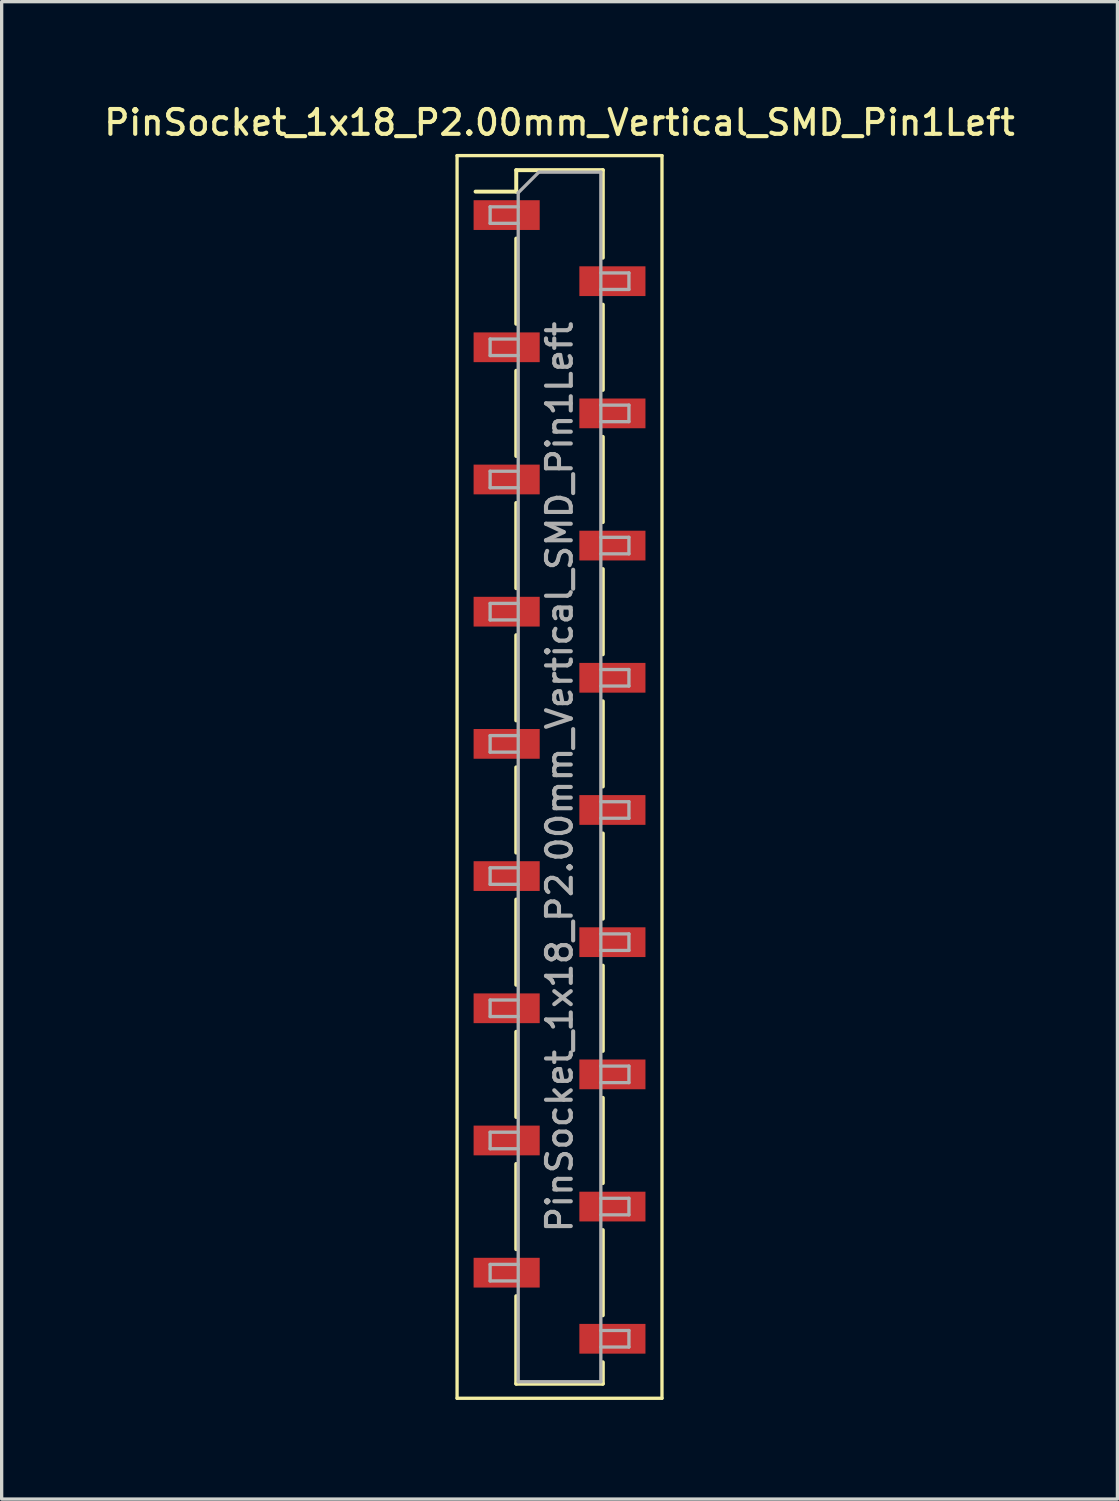
<source format=kicad_pcb>
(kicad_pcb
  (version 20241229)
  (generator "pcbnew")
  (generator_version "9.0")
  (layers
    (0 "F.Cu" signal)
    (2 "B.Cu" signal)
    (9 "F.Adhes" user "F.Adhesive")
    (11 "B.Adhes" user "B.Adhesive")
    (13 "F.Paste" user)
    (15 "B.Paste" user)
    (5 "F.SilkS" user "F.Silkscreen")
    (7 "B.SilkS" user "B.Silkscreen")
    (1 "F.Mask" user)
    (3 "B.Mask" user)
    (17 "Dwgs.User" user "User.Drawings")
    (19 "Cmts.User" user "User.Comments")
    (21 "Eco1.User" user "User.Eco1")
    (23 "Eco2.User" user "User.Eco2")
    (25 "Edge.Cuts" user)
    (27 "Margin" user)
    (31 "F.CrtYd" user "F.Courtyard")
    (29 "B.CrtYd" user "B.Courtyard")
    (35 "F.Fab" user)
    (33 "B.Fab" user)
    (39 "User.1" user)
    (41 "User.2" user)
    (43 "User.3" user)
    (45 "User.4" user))
  (footprint "PinSocket_1x18_P2.00mm_Vertical_SMD_Pin1Left"
    (layer "F.Cu")
    (at 13.88 20.458)
    (property "Reference" "PinSocket_1x18_P2.00mm_Vertical_SMD_Pin1Left" (at 0 -19.8 0) (layer "F.SilkS") (effects (font (size 0.75 0.75) (thickness 0.125))))
    (attr smd)
    (fp_line (start -3.1 -18.8) (end 3.1 -18.8) (stroke (width 0.1) (type solid)) (layer "F.SilkS"))
    (fp_line (start -3.1 18.8) (end -3.1 -18.8) (stroke (width 0.1) (type solid)) (layer "F.SilkS"))
    (fp_line (start -2.54 -17.71) (end -1.31 -17.71) (stroke (width 0.12) (type solid)) (layer "F.SilkS"))
    (fp_line (start -1.31 -18.36) (end -1.31 -17.71) (stroke (width 0.12) (type solid)) (layer "F.SilkS"))
    (fp_line (start -1.31 -18.36) (end 1.31 -18.36) (stroke (width 0.12) (type solid)) (layer "F.SilkS"))
    (fp_line (start -1.31 -16.29) (end -1.31 -13.71) (stroke (width 0.12) (type solid)) (layer "F.SilkS"))
    (fp_line (start -1.31 -12.29) (end -1.31 -9.71) (stroke (width 0.12) (type solid)) (layer "F.SilkS"))
    (fp_line (start -1.31 -8.29) (end -1.31 -5.71) (stroke (width 0.12) (type solid)) (layer "F.SilkS"))
    (fp_line (start -1.31 -4.29) (end -1.31 -1.71) (stroke (width 0.12) (type solid)) (layer "F.SilkS"))
    (fp_line (start -1.31 -0.29) (end -1.31 2.29) (stroke (width 0.12) (type solid)) (layer "F.SilkS"))
    (fp_line (start -1.31 3.71) (end -1.31 6.29) (stroke (width 0.12) (type solid)) (layer "F.SilkS"))
    (fp_line (start -1.31 7.71) (end -1.31 10.29) (stroke (width 0.12) (type solid)) (layer "F.SilkS"))
    (fp_line (start -1.31 11.71) (end -1.31 14.29) (stroke (width 0.12) (type solid)) (layer "F.SilkS"))
    (fp_line (start -1.31 15.71) (end -1.31 18.36) (stroke (width 0.12) (type solid)) (layer "F.SilkS"))
    (fp_line (start -1.31 18.36) (end 1.31 18.36) (stroke (width 0.12) (type solid)) (layer "F.SilkS"))
    (fp_line (start 1.31 -18.36) (end 1.31 -15.71) (stroke (width 0.12) (type solid)) (layer "F.SilkS"))
    (fp_line (start 1.31 -14.29) (end 1.31 -11.71) (stroke (width 0.12) (type solid)) (layer "F.SilkS"))
    (fp_line (start 1.31 -10.29) (end 1.31 -7.71) (stroke (width 0.12) (type solid)) (layer "F.SilkS"))
    (fp_line (start 1.31 -6.29) (end 1.31 -3.71) (stroke (width 0.12) (type solid)) (layer "F.SilkS"))
    (fp_line (start 1.31 -2.29) (end 1.31 0.29) (stroke (width 0.12) (type solid)) (layer "F.SilkS"))
    (fp_line (start 1.31 1.71) (end 1.31 4.29) (stroke (width 0.12) (type solid)) (layer "F.SilkS"))
    (fp_line (start 1.31 5.71) (end 1.31 8.29) (stroke (width 0.12) (type solid)) (layer "F.SilkS"))
    (fp_line (start 1.31 9.71) (end 1.31 12.29) (stroke (width 0.12) (type solid)) (layer "F.SilkS"))
    (fp_line (start 1.31 13.71) (end 1.31 16.29) (stroke (width 0.12) (type solid)) (layer "F.SilkS"))
    (fp_line (start 1.31 17.71) (end 1.31 18.36) (stroke (width 0.12) (type solid)) (layer "F.SilkS"))
    (fp_line (start 3.1 -18.8) (end 3.1 18.8) (stroke (width 0.1) (type solid)) (layer "F.SilkS"))
    (fp_line (start 3.1 18.8) (end -3.1 18.8) (stroke (width 0.1) (type solid)) (layer "F.SilkS"))
    (fp_line (start -2.1 -17.25) (end -1.25 -17.25) (stroke (width 0.1) (type solid)) (layer "F.Fab"))
    (fp_line (start -2.1 -16.75) (end -2.1 -17.25) (stroke (width 0.1) (type solid)) (layer "F.Fab"))
    (fp_line (start -2.1 -13.25) (end -1.25 -13.25) (stroke (width 0.1) (type solid)) (layer "F.Fab"))
    (fp_line (start -2.1 -12.75) (end -2.1 -13.25) (stroke (width 0.1) (type solid)) (layer "F.Fab"))
    (fp_line (start -2.1 -9.25) (end -1.25 -9.25) (stroke (width 0.1) (type solid)) (layer "F.Fab"))
    (fp_line (start -2.1 -8.75) (end -2.1 -9.25) (stroke (width 0.1) (type solid)) (layer "F.Fab"))
    (fp_line (start -2.1 -5.25) (end -1.25 -5.25) (stroke (width 0.1) (type solid)) (layer "F.Fab"))
    (fp_line (start -2.1 -4.75) (end -2.1 -5.25) (stroke (width 0.1) (type solid)) (layer "F.Fab"))
    (fp_line (start -2.1 -1.25) (end -1.25 -1.25) (stroke (width 0.1) (type solid)) (layer "F.Fab"))
    (fp_line (start -2.1 -0.75) (end -2.1 -1.25) (stroke (width 0.1) (type solid)) (layer "F.Fab"))
    (fp_line (start -2.1 2.75) (end -1.25 2.75) (stroke (width 0.1) (type solid)) (layer "F.Fab"))
    (fp_line (start -2.1 3.25) (end -2.1 2.75) (stroke (width 0.1) (type solid)) (layer "F.Fab"))
    (fp_line (start -2.1 6.75) (end -1.25 6.75) (stroke (width 0.1) (type solid)) (layer "F.Fab"))
    (fp_line (start -2.1 7.25) (end -2.1 6.75) (stroke (width 0.1) (type solid)) (layer "F.Fab"))
    (fp_line (start -2.1 10.75) (end -1.25 10.75) (stroke (width 0.1) (type solid)) (layer "F.Fab"))
    (fp_line (start -2.1 11.25) (end -2.1 10.75) (stroke (width 0.1) (type solid)) (layer "F.Fab"))
    (fp_line (start -2.1 14.75) (end -1.25 14.75) (stroke (width 0.1) (type solid)) (layer "F.Fab"))
    (fp_line (start -2.1 15.25) (end -2.1 14.75) (stroke (width 0.1) (type solid)) (layer "F.Fab"))
    (fp_line (start -1.25 -17.675) (end -0.625 -18.3) (stroke (width 0.1) (type solid)) (layer "F.Fab"))
    (fp_line (start -1.25 -16.75) (end -2.1 -16.75) (stroke (width 0.1) (type solid)) (layer "F.Fab"))
    (fp_line (start -1.25 -12.75) (end -2.1 -12.75) (stroke (width 0.1) (type solid)) (layer "F.Fab"))
    (fp_line (start -1.25 -8.75) (end -2.1 -8.75) (stroke (width 0.1) (type solid)) (layer "F.Fab"))
    (fp_line (start -1.25 -4.75) (end -2.1 -4.75) (stroke (width 0.1) (type solid)) (layer "F.Fab"))
    (fp_line (start -1.25 -0.75) (end -2.1 -0.75) (stroke (width 0.1) (type solid)) (layer "F.Fab"))
    (fp_line (start -1.25 3.25) (end -2.1 3.25) (stroke (width 0.1) (type solid)) (layer "F.Fab"))
    (fp_line (start -1.25 7.25) (end -2.1 7.25) (stroke (width 0.1) (type solid)) (layer "F.Fab"))
    (fp_line (start -1.25 11.25) (end -2.1 11.25) (stroke (width 0.1) (type solid)) (layer "F.Fab"))
    (fp_line (start -1.25 15.25) (end -2.1 15.25) (stroke (width 0.1) (type solid)) (layer "F.Fab"))
    (fp_line (start -1.25 18.3) (end -1.25 -17.675) (stroke (width 0.1) (type solid)) (layer "F.Fab"))
    (fp_line (start -0.625 -18.3) (end 1.25 -18.3) (stroke (width 0.1) (type solid)) (layer "F.Fab"))
    (fp_line (start 1.25 -18.3) (end 1.25 18.3) (stroke (width 0.1) (type solid)) (layer "F.Fab"))
    (fp_line (start 1.25 -15.25) (end 2.1 -15.25) (stroke (width 0.1) (type solid)) (layer "F.Fab"))
    (fp_line (start 1.25 -11.25) (end 2.1 -11.25) (stroke (width 0.1) (type solid)) (layer "F.Fab"))
    (fp_line (start 1.25 -7.25) (end 2.1 -7.25) (stroke (width 0.1) (type solid)) (layer "F.Fab"))
    (fp_line (start 1.25 -3.25) (end 2.1 -3.25) (stroke (width 0.1) (type solid)) (layer "F.Fab"))
    (fp_line (start 1.25 0.75) (end 2.1 0.75) (stroke (width 0.1) (type solid)) (layer "F.Fab"))
    (fp_line (start 1.25 4.75) (end 2.1 4.75) (stroke (width 0.1) (type solid)) (layer "F.Fab"))
    (fp_line (start 1.25 8.75) (end 2.1 8.75) (stroke (width 0.1) (type solid)) (layer "F.Fab"))
    (fp_line (start 1.25 12.75) (end 2.1 12.75) (stroke (width 0.1) (type solid)) (layer "F.Fab"))
    (fp_line (start 1.25 16.75) (end 2.1 16.75) (stroke (width 0.1) (type solid)) (layer "F.Fab"))
    (fp_line (start 1.25 18.3) (end -1.25 18.3) (stroke (width 0.1) (type solid)) (layer "F.Fab"))
    (fp_line (start 2.1 -15.25) (end 2.1 -14.75) (stroke (width 0.1) (type solid)) (layer "F.Fab"))
    (fp_line (start 2.1 -14.75) (end 1.25 -14.75) (stroke (width 0.1) (type solid)) (layer "F.Fab"))
    (fp_line (start 2.1 -11.25) (end 2.1 -10.75) (stroke (width 0.1) (type solid)) (layer "F.Fab"))
    (fp_line (start 2.1 -10.75) (end 1.25 -10.75) (stroke (width 0.1) (type solid)) (layer "F.Fab"))
    (fp_line (start 2.1 -7.25) (end 2.1 -6.75) (stroke (width 0.1) (type solid)) (layer "F.Fab"))
    (fp_line (start 2.1 -6.75) (end 1.25 -6.75) (stroke (width 0.1) (type solid)) (layer "F.Fab"))
    (fp_line (start 2.1 -3.25) (end 2.1 -2.75) (stroke (width 0.1) (type solid)) (layer "F.Fab"))
    (fp_line (start 2.1 -2.75) (end 1.25 -2.75) (stroke (width 0.1) (type solid)) (layer "F.Fab"))
    (fp_line (start 2.1 0.75) (end 2.1 1.25) (stroke (width 0.1) (type solid)) (layer "F.Fab"))
    (fp_line (start 2.1 1.25) (end 1.25 1.25) (stroke (width 0.1) (type solid)) (layer "F.Fab"))
    (fp_line (start 2.1 4.75) (end 2.1 5.25) (stroke (width 0.1) (type solid)) (layer "F.Fab"))
    (fp_line (start 2.1 5.25) (end 1.25 5.25) (stroke (width 0.1) (type solid)) (layer "F.Fab"))
    (fp_line (start 2.1 8.75) (end 2.1 9.25) (stroke (width 0.1) (type solid)) (layer "F.Fab"))
    (fp_line (start 2.1 9.25) (end 1.25 9.25) (stroke (width 0.1) (type solid)) (layer "F.Fab"))
    (fp_line (start 2.1 12.75) (end 2.1 13.25) (stroke (width 0.1) (type solid)) (layer "F.Fab"))
    (fp_line (start 2.1 13.25) (end 1.25 13.25) (stroke (width 0.1) (type solid)) (layer "F.Fab"))
    (fp_line (start 2.1 16.75) (end 2.1 17.25) (stroke (width 0.1) (type solid)) (layer "F.Fab"))
    (fp_line (start 2.1 17.25) (end 1.25 17.25) (stroke (width 0.1) (type solid)) (layer "F.Fab"))
    (fp_text user "${REFERENCE}" (at 0 0 90) (layer "F.Fab") (effects (font (size 0.75 0.75) (thickness 0.125))))
    (pad "1" smd rect (at -1.6 -17) (size 2 0.9) (layers "F.Cu" "F.Mask" "F.Paste"))
    (pad "2" smd rect (at 1.6 -15) (size 2 0.9) (layers "F.Cu" "F.Mask" "F.Paste"))
    (pad "3" smd rect (at -1.6 -13) (size 2 0.9) (layers "F.Cu" "F.Mask" "F.Paste"))
    (pad "4" smd rect (at 1.6 -11) (size 2 0.9) (layers "F.Cu" "F.Mask" "F.Paste"))
    (pad "5" smd rect (at -1.6 -9) (size 2 0.9) (layers "F.Cu" "F.Mask" "F.Paste"))
    (pad "6" smd rect (at 1.6 -7) (size 2 0.9) (layers "F.Cu" "F.Mask" "F.Paste"))
    (pad "7" smd rect (at -1.6 -5) (size 2 0.9) (layers "F.Cu" "F.Mask" "F.Paste"))
    (pad "8" smd rect (at 1.6 -3) (size 2 0.9) (layers "F.Cu" "F.Mask" "F.Paste"))
    (pad "9" smd rect (at -1.6 -1) (size 2 0.9) (layers "F.Cu" "F.Mask" "F.Paste"))
    (pad "10" smd rect (at 1.6 1) (size 2 0.9) (layers "F.Cu" "F.Mask" "F.Paste"))
    (pad "11" smd rect (at -1.6 3) (size 2 0.9) (layers "F.Cu" "F.Mask" "F.Paste"))
    (pad "12" smd rect (at 1.6 5) (size 2 0.9) (layers "F.Cu" "F.Mask" "F.Paste"))
    (pad "13" smd rect (at -1.6 7) (size 2 0.9) (layers "F.Cu" "F.Mask" "F.Paste"))
    (pad "14" smd rect (at 1.6 9) (size 2 0.9) (layers "F.Cu" "F.Mask" "F.Paste"))
    (pad "15" smd rect (at -1.6 11) (size 2 0.9) (layers "F.Cu" "F.Mask" "F.Paste"))
    (pad "16" smd rect (at 1.6 13) (size 2 0.9) (layers "F.Cu" "F.Mask" "F.Paste"))
    (pad "17" smd rect (at -1.6 15) (size 2 0.9) (layers "F.Cu" "F.Mask" "F.Paste"))
    (pad "18" smd rect (at 1.6 17) (size 2 0.9) (layers "F.Cu" "F.Mask" "F.Paste")))
  (gr_rect
    (start -3 -3)
    (end 30.761 42.308)
    (stroke (width 0.1) (type default))
    (fill no)
    (layer "Edge.Cuts")))
</source>
